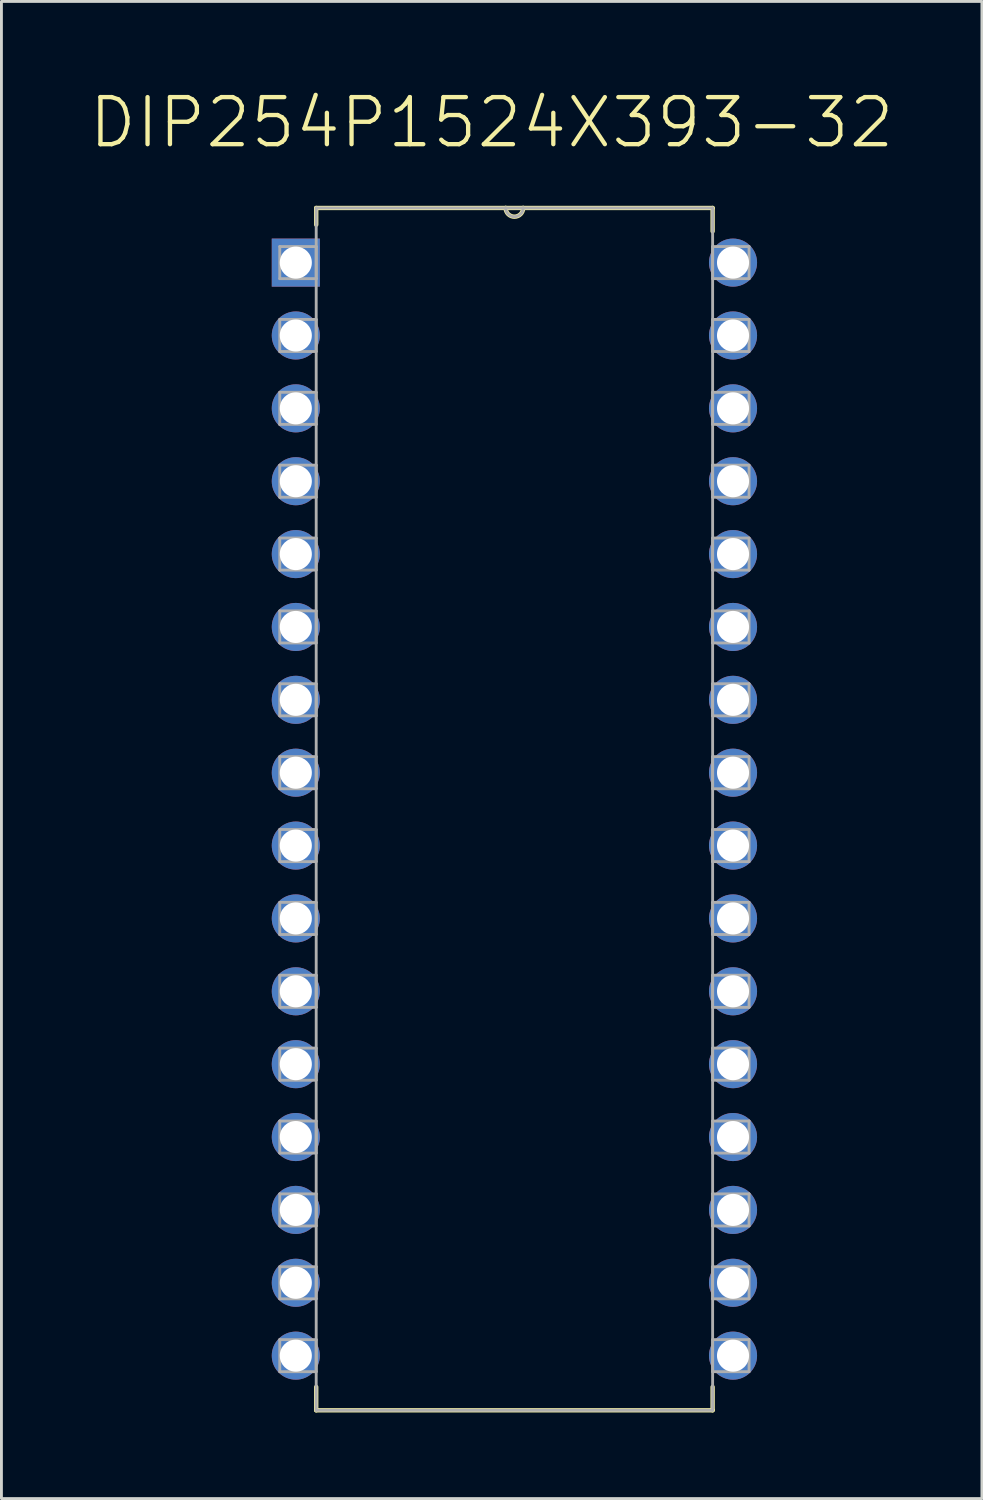
<source format=kicad_pcb>
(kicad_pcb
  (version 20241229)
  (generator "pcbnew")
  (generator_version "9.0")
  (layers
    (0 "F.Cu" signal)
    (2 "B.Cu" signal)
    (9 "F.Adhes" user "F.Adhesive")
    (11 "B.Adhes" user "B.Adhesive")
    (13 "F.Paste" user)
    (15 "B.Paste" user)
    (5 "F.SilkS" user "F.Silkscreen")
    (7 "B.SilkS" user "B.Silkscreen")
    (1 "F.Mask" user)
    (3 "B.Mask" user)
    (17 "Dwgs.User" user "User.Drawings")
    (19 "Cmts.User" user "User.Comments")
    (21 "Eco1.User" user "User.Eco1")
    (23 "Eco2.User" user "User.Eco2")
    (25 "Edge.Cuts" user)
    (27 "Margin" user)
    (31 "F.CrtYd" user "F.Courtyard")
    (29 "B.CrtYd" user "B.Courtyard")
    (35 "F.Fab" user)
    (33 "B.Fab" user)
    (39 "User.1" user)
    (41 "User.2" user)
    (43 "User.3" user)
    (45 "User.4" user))
  (footprint "DIP254P1524X393-32"
    (layer "F.Cu")
    (at 22.501 44.204)
    (property "Reference" "DIP254P1524X393-32" (at -8.413 -42.98 0) (layer "F.SilkS") (effects (font (size 1.641 1.641) (thickness 0.15))))
    (attr through_hole)
    (fp_line (start -14.529 -40.005) (end -14.529 -39.421) (stroke (width 0.152) (type solid)) (layer "F.SilkS"))
    (fp_line (start -14.529 1.092) (end -14.529 1.905) (stroke (width 0.152) (type solid)) (layer "F.SilkS"))
    (fp_line (start -14.529 1.905) (end -0.711 1.905) (stroke (width 0.152) (type solid)) (layer "F.SilkS"))
    (fp_line (start -7.925 -40.005) (end -14.529 -40.005) (stroke (width 0.152) (type solid)) (layer "F.SilkS"))
    (fp_line (start -7.315 -40.005) (end -7.925 -40.005) (stroke (width 0.152) (type solid)) (layer "F.SilkS"))
    (fp_line (start -0.711 -40.005) (end -7.315 -40.005) (stroke (width 0.152) (type solid)) (layer "F.SilkS"))
    (fp_line (start -0.711 -39.192) (end -0.711 -40.005) (stroke (width 0.152) (type solid)) (layer "F.SilkS"))
    (fp_line (start -0.711 1.905) (end -0.711 1.092) (stroke (width 0.152) (type solid)) (layer "F.SilkS"))
    (fp_arc (start -7.3152 -40.005) (mid -7.62 -39.7002) (end -7.9248 -40.005) (stroke (width 0.1524) (type solid)) (layer "F.SilkS"))
    (fp_line (start -15.799 -38.659) (end -15.799 -37.541) (stroke (width 0.1) (type solid)) (layer "F.Fab"))
    (fp_line (start -15.799 -37.541) (end -14.529 -37.541) (stroke (width 0.1) (type solid)) (layer "F.Fab"))
    (fp_line (start -15.799 -36.119) (end -15.799 -35.001) (stroke (width 0.1) (type solid)) (layer "F.Fab"))
    (fp_line (start -15.799 -35.001) (end -14.529 -35.001) (stroke (width 0.1) (type solid)) (layer "F.Fab"))
    (fp_line (start -15.799 -33.579) (end -15.799 -32.461) (stroke (width 0.1) (type solid)) (layer "F.Fab"))
    (fp_line (start -15.799 -32.461) (end -14.529 -32.461) (stroke (width 0.1) (type solid)) (layer "F.Fab"))
    (fp_line (start -15.799 -31.039) (end -15.799 -29.921) (stroke (width 0.1) (type solid)) (layer "F.Fab"))
    (fp_line (start -15.799 -29.921) (end -14.529 -29.921) (stroke (width 0.1) (type solid)) (layer "F.Fab"))
    (fp_line (start -15.799 -28.499) (end -15.799 -27.381) (stroke (width 0.1) (type solid)) (layer "F.Fab"))
    (fp_line (start -15.799 -27.381) (end -14.529 -27.381) (stroke (width 0.1) (type solid)) (layer "F.Fab"))
    (fp_line (start -15.799 -25.959) (end -15.799 -24.841) (stroke (width 0.1) (type solid)) (layer "F.Fab"))
    (fp_line (start -15.799 -24.841) (end -14.529 -24.841) (stroke (width 0.1) (type solid)) (layer "F.Fab"))
    (fp_line (start -15.799 -23.419) (end -15.799 -22.301) (stroke (width 0.1) (type solid)) (layer "F.Fab"))
    (fp_line (start -15.799 -22.301) (end -14.529 -22.301) (stroke (width 0.1) (type solid)) (layer "F.Fab"))
    (fp_line (start -15.799 -20.879) (end -15.799 -19.761) (stroke (width 0.1) (type solid)) (layer "F.Fab"))
    (fp_line (start -15.799 -19.761) (end -14.529 -19.761) (stroke (width 0.1) (type solid)) (layer "F.Fab"))
    (fp_line (start -15.799 -18.339) (end -15.799 -17.221) (stroke (width 0.1) (type solid)) (layer "F.Fab"))
    (fp_line (start -15.799 -17.221) (end -14.529 -17.221) (stroke (width 0.1) (type solid)) (layer "F.Fab"))
    (fp_line (start -15.799 -15.799) (end -15.799 -14.681) (stroke (width 0.1) (type solid)) (layer "F.Fab"))
    (fp_line (start -15.799 -14.681) (end -14.529 -14.681) (stroke (width 0.1) (type solid)) (layer "F.Fab"))
    (fp_line (start -15.799 -13.259) (end -15.799 -12.141) (stroke (width 0.1) (type solid)) (layer "F.Fab"))
    (fp_line (start -15.799 -12.141) (end -14.529 -12.141) (stroke (width 0.1) (type solid)) (layer "F.Fab"))
    (fp_line (start -15.799 -10.719) (end -15.799 -9.601) (stroke (width 0.1) (type solid)) (layer "F.Fab"))
    (fp_line (start -15.799 -9.601) (end -14.529 -9.601) (stroke (width 0.1) (type solid)) (layer "F.Fab"))
    (fp_line (start -15.799 -8.179) (end -15.799 -7.061) (stroke (width 0.1) (type solid)) (layer "F.Fab"))
    (fp_line (start -15.799 -7.061) (end -14.529 -7.061) (stroke (width 0.1) (type solid)) (layer "F.Fab"))
    (fp_line (start -15.799 -5.639) (end -15.799 -4.521) (stroke (width 0.1) (type solid)) (layer "F.Fab"))
    (fp_line (start -15.799 -4.521) (end -14.529 -4.521) (stroke (width 0.1) (type solid)) (layer "F.Fab"))
    (fp_line (start -15.799 -3.099) (end -15.799 -1.981) (stroke (width 0.1) (type solid)) (layer "F.Fab"))
    (fp_line (start -15.799 -1.981) (end -14.529 -1.981) (stroke (width 0.1) (type solid)) (layer "F.Fab"))
    (fp_line (start -15.799 -0.559) (end -15.799 0.559) (stroke (width 0.1) (type solid)) (layer "F.Fab"))
    (fp_line (start -15.799 0.559) (end -14.529 0.559) (stroke (width 0.1) (type solid)) (layer "F.Fab"))
    (fp_line (start -14.529 -40.005) (end -14.529 1.905) (stroke (width 0.1) (type solid)) (layer "F.Fab"))
    (fp_line (start -14.529 -38.659) (end -15.799 -38.659) (stroke (width 0.1) (type solid)) (layer "F.Fab"))
    (fp_line (start -14.529 -37.541) (end -14.529 -38.659) (stroke (width 0.1) (type solid)) (layer "F.Fab"))
    (fp_line (start -14.529 -36.119) (end -15.799 -36.119) (stroke (width 0.1) (type solid)) (layer "F.Fab"))
    (fp_line (start -14.529 -35.001) (end -14.529 -36.119) (stroke (width 0.1) (type solid)) (layer "F.Fab"))
    (fp_line (start -14.529 -33.579) (end -15.799 -33.579) (stroke (width 0.1) (type solid)) (layer "F.Fab"))
    (fp_line (start -14.529 -32.461) (end -14.529 -33.579) (stroke (width 0.1) (type solid)) (layer "F.Fab"))
    (fp_line (start -14.529 -31.039) (end -15.799 -31.039) (stroke (width 0.1) (type solid)) (layer "F.Fab"))
    (fp_line (start -14.529 -29.921) (end -14.529 -31.039) (stroke (width 0.1) (type solid)) (layer "F.Fab"))
    (fp_line (start -14.529 -28.499) (end -15.799 -28.499) (stroke (width 0.1) (type solid)) (layer "F.Fab"))
    (fp_line (start -14.529 -27.381) (end -14.529 -28.499) (stroke (width 0.1) (type solid)) (layer "F.Fab"))
    (fp_line (start -14.529 -25.959) (end -15.799 -25.959) (stroke (width 0.1) (type solid)) (layer "F.Fab"))
    (fp_line (start -14.529 -24.841) (end -14.529 -25.959) (stroke (width 0.1) (type solid)) (layer "F.Fab"))
    (fp_line (start -14.529 -23.419) (end -15.799 -23.419) (stroke (width 0.1) (type solid)) (layer "F.Fab"))
    (fp_line (start -14.529 -22.301) (end -14.529 -23.419) (stroke (width 0.1) (type solid)) (layer "F.Fab"))
    (fp_line (start -14.529 -20.879) (end -15.799 -20.879) (stroke (width 0.1) (type solid)) (layer "F.Fab"))
    (fp_line (start -14.529 -19.761) (end -14.529 -20.879) (stroke (width 0.1) (type solid)) (layer "F.Fab"))
    (fp_line (start -14.529 -18.339) (end -15.799 -18.339) (stroke (width 0.1) (type solid)) (layer "F.Fab"))
    (fp_line (start -14.529 -17.221) (end -14.529 -18.339) (stroke (width 0.1) (type solid)) (layer "F.Fab"))
    (fp_line (start -14.529 -15.799) (end -15.799 -15.799) (stroke (width 0.1) (type solid)) (layer "F.Fab"))
    (fp_line (start -14.529 -14.681) (end -14.529 -15.799) (stroke (width 0.1) (type solid)) (layer "F.Fab"))
    (fp_line (start -14.529 -13.259) (end -15.799 -13.259) (stroke (width 0.1) (type solid)) (layer "F.Fab"))
    (fp_line (start -14.529 -12.141) (end -14.529 -13.259) (stroke (width 0.1) (type solid)) (layer "F.Fab"))
    (fp_line (start -14.529 -10.719) (end -15.799 -10.719) (stroke (width 0.1) (type solid)) (layer "F.Fab"))
    (fp_line (start -14.529 -9.601) (end -14.529 -10.719) (stroke (width 0.1) (type solid)) (layer "F.Fab"))
    (fp_line (start -14.529 -8.179) (end -15.799 -8.179) (stroke (width 0.1) (type solid)) (layer "F.Fab"))
    (fp_line (start -14.529 -7.061) (end -14.529 -8.179) (stroke (width 0.1) (type solid)) (layer "F.Fab"))
    (fp_line (start -14.529 -5.639) (end -15.799 -5.639) (stroke (width 0.1) (type solid)) (layer "F.Fab"))
    (fp_line (start -14.529 -4.521) (end -14.529 -5.639) (stroke (width 0.1) (type solid)) (layer "F.Fab"))
    (fp_line (start -14.529 -3.099) (end -15.799 -3.099) (stroke (width 0.1) (type solid)) (layer "F.Fab"))
    (fp_line (start -14.529 -1.981) (end -14.529 -3.099) (stroke (width 0.1) (type solid)) (layer "F.Fab"))
    (fp_line (start -14.529 -0.559) (end -15.799 -0.559) (stroke (width 0.1) (type solid)) (layer "F.Fab"))
    (fp_line (start -14.529 0.559) (end -14.529 -0.559) (stroke (width 0.1) (type solid)) (layer "F.Fab"))
    (fp_line (start -14.529 1.905) (end -0.711 1.905) (stroke (width 0.1) (type solid)) (layer "F.Fab"))
    (fp_line (start -7.925 -40.005) (end -14.529 -40.005) (stroke (width 0.1) (type solid)) (layer "F.Fab"))
    (fp_line (start -7.315 -40.005) (end -7.925 -40.005) (stroke (width 0.1) (type solid)) (layer "F.Fab"))
    (fp_line (start -0.711 -40.005) (end -7.315 -40.005) (stroke (width 0.1) (type solid)) (layer "F.Fab"))
    (fp_line (start -0.711 -38.659) (end -0.711 -37.541) (stroke (width 0.1) (type solid)) (layer "F.Fab"))
    (fp_line (start -0.711 -37.541) (end 0.559 -37.541) (stroke (width 0.1) (type solid)) (layer "F.Fab"))
    (fp_line (start -0.711 -36.119) (end -0.711 -35.001) (stroke (width 0.1) (type solid)) (layer "F.Fab"))
    (fp_line (start -0.711 -35.001) (end 0.559 -35.001) (stroke (width 0.1) (type solid)) (layer "F.Fab"))
    (fp_line (start -0.711 -33.579) (end -0.711 -32.461) (stroke (width 0.1) (type solid)) (layer "F.Fab"))
    (fp_line (start -0.711 -32.461) (end 0.559 -32.461) (stroke (width 0.1) (type solid)) (layer "F.Fab"))
    (fp_line (start -0.711 -31.039) (end -0.711 -29.921) (stroke (width 0.1) (type solid)) (layer "F.Fab"))
    (fp_line (start -0.711 -29.921) (end 0.559 -29.921) (stroke (width 0.1) (type solid)) (layer "F.Fab"))
    (fp_line (start -0.711 -28.499) (end -0.711 -27.381) (stroke (width 0.1) (type solid)) (layer "F.Fab"))
    (fp_line (start -0.711 -27.381) (end 0.559 -27.381) (stroke (width 0.1) (type solid)) (layer "F.Fab"))
    (fp_line (start -0.711 -25.959) (end -0.711 -24.841) (stroke (width 0.1) (type solid)) (layer "F.Fab"))
    (fp_line (start -0.711 -24.841) (end 0.559 -24.841) (stroke (width 0.1) (type solid)) (layer "F.Fab"))
    (fp_line (start -0.711 -23.419) (end -0.711 -22.301) (stroke (width 0.1) (type solid)) (layer "F.Fab"))
    (fp_line (start -0.711 -22.301) (end 0.559 -22.301) (stroke (width 0.1) (type solid)) (layer "F.Fab"))
    (fp_line (start -0.711 -20.879) (end -0.711 -19.761) (stroke (width 0.1) (type solid)) (layer "F.Fab"))
    (fp_line (start -0.711 -19.761) (end 0.559 -19.761) (stroke (width 0.1) (type solid)) (layer "F.Fab"))
    (fp_line (start -0.711 -18.339) (end -0.711 -17.221) (stroke (width 0.1) (type solid)) (layer "F.Fab"))
    (fp_line (start -0.711 -17.221) (end 0.559 -17.221) (stroke (width 0.1) (type solid)) (layer "F.Fab"))
    (fp_line (start -0.711 -15.799) (end -0.711 -14.681) (stroke (width 0.1) (type solid)) (layer "F.Fab"))
    (fp_line (start -0.711 -14.681) (end 0.559 -14.681) (stroke (width 0.1) (type solid)) (layer "F.Fab"))
    (fp_line (start -0.711 -13.259) (end -0.711 -12.141) (stroke (width 0.1) (type solid)) (layer "F.Fab"))
    (fp_line (start -0.711 -12.141) (end 0.559 -12.141) (stroke (width 0.1) (type solid)) (layer "F.Fab"))
    (fp_line (start -0.711 -10.719) (end -0.711 -9.601) (stroke (width 0.1) (type solid)) (layer "F.Fab"))
    (fp_line (start -0.711 -9.601) (end 0.559 -9.601) (stroke (width 0.1) (type solid)) (layer "F.Fab"))
    (fp_line (start -0.711 -8.179) (end -0.711 -7.061) (stroke (width 0.1) (type solid)) (layer "F.Fab"))
    (fp_line (start -0.711 -7.061) (end 0.559 -7.061) (stroke (width 0.1) (type solid)) (layer "F.Fab"))
    (fp_line (start -0.711 -5.639) (end -0.711 -4.521) (stroke (width 0.1) (type solid)) (layer "F.Fab"))
    (fp_line (start -0.711 -4.521) (end 0.559 -4.521) (stroke (width 0.1) (type solid)) (layer "F.Fab"))
    (fp_line (start -0.711 -3.099) (end -0.711 -1.981) (stroke (width 0.1) (type solid)) (layer "F.Fab"))
    (fp_line (start -0.711 -1.981) (end 0.559 -1.981) (stroke (width 0.1) (type solid)) (layer "F.Fab"))
    (fp_line (start -0.711 -0.559) (end -0.711 0.559) (stroke (width 0.1) (type solid)) (layer "F.Fab"))
    (fp_line (start -0.711 0.559) (end 0.559 0.559) (stroke (width 0.1) (type solid)) (layer "F.Fab"))
    (fp_line (start -0.711 1.905) (end -0.711 -40.005) (stroke (width 0.1) (type solid)) (layer "F.Fab"))
    (fp_line (start 0.559 -38.659) (end -0.711 -38.659) (stroke (width 0.1) (type solid)) (layer "F.Fab"))
    (fp_line (start 0.559 -37.541) (end 0.559 -38.659) (stroke (width 0.1) (type solid)) (layer "F.Fab"))
    (fp_line (start 0.559 -36.119) (end -0.711 -36.119) (stroke (width 0.1) (type solid)) (layer "F.Fab"))
    (fp_line (start 0.559 -35.001) (end 0.559 -36.119) (stroke (width 0.1) (type solid)) (layer "F.Fab"))
    (fp_line (start 0.559 -33.579) (end -0.711 -33.579) (stroke (width 0.1) (type solid)) (layer "F.Fab"))
    (fp_line (start 0.559 -32.461) (end 0.559 -33.579) (stroke (width 0.1) (type solid)) (layer "F.Fab"))
    (fp_line (start 0.559 -31.039) (end -0.711 -31.039) (stroke (width 0.1) (type solid)) (layer "F.Fab"))
    (fp_line (start 0.559 -29.921) (end 0.559 -31.039) (stroke (width 0.1) (type solid)) (layer "F.Fab"))
    (fp_line (start 0.559 -28.499) (end -0.711 -28.499) (stroke (width 0.1) (type solid)) (layer "F.Fab"))
    (fp_line (start 0.559 -27.381) (end 0.559 -28.499) (stroke (width 0.1) (type solid)) (layer "F.Fab"))
    (fp_line (start 0.559 -25.959) (end -0.711 -25.959) (stroke (width 0.1) (type solid)) (layer "F.Fab"))
    (fp_line (start 0.559 -24.841) (end 0.559 -25.959) (stroke (width 0.1) (type solid)) (layer "F.Fab"))
    (fp_line (start 0.559 -23.419) (end -0.711 -23.419) (stroke (width 0.1) (type solid)) (layer "F.Fab"))
    (fp_line (start 0.559 -22.301) (end 0.559 -23.419) (stroke (width 0.1) (type solid)) (layer "F.Fab"))
    (fp_line (start 0.559 -20.879) (end -0.711 -20.879) (stroke (width 0.1) (type solid)) (layer "F.Fab"))
    (fp_line (start 0.559 -19.761) (end 0.559 -20.879) (stroke (width 0.1) (type solid)) (layer "F.Fab"))
    (fp_line (start 0.559 -18.339) (end -0.711 -18.339) (stroke (width 0.1) (type solid)) (layer "F.Fab"))
    (fp_line (start 0.559 -17.221) (end 0.559 -18.339) (stroke (width 0.1) (type solid)) (layer "F.Fab"))
    (fp_line (start 0.559 -15.799) (end -0.711 -15.799) (stroke (width 0.1) (type solid)) (layer "F.Fab"))
    (fp_line (start 0.559 -14.681) (end 0.559 -15.799) (stroke (width 0.1) (type solid)) (layer "F.Fab"))
    (fp_line (start 0.559 -13.259) (end -0.711 -13.259) (stroke (width 0.1) (type solid)) (layer "F.Fab"))
    (fp_line (start 0.559 -12.141) (end 0.559 -13.259) (stroke (width 0.1) (type solid)) (layer "F.Fab"))
    (fp_line (start 0.559 -10.719) (end -0.711 -10.719) (stroke (width 0.1) (type solid)) (layer "F.Fab"))
    (fp_line (start 0.559 -9.601) (end 0.559 -10.719) (stroke (width 0.1) (type solid)) (layer "F.Fab"))
    (fp_line (start 0.559 -8.179) (end -0.711 -8.179) (stroke (width 0.1) (type solid)) (layer "F.Fab"))
    (fp_line (start 0.559 -7.061) (end 0.559 -8.179) (stroke (width 0.1) (type solid)) (layer "F.Fab"))
    (fp_line (start 0.559 -5.639) (end -0.711 -5.639) (stroke (width 0.1) (type solid)) (layer "F.Fab"))
    (fp_line (start 0.559 -4.521) (end 0.559 -5.639) (stroke (width 0.1) (type solid)) (layer "F.Fab"))
    (fp_line (start 0.559 -3.099) (end -0.711 -3.099) (stroke (width 0.1) (type solid)) (layer "F.Fab"))
    (fp_line (start 0.559 -1.981) (end 0.559 -3.099) (stroke (width 0.1) (type solid)) (layer "F.Fab"))
    (fp_line (start 0.559 -0.559) (end -0.711 -0.559) (stroke (width 0.1) (type solid)) (layer "F.Fab"))
    (fp_line (start 0.559 0.559) (end 0.559 -0.559) (stroke (width 0.1) (type solid)) (layer "F.Fab"))
    (fp_arc (start -7.3152 -40.005) (mid -7.62 -39.7002) (end -7.9248 -40.005) (stroke (width 0.1) (type solid)) (layer "F.Fab"))
    (pad "1" thru_hole rect (at -15.24 -38.1) (size 1.676 1.676) (drill 1.118) (layers "*.Cu" "*.Mask"))
    (pad "2" thru_hole circle (at -15.24 -35.56) (size 1.676 1.676) (drill 1.118) (layers "*.Cu" "*.Mask"))
    (pad "3" thru_hole circle (at -15.24 -33.02) (size 1.676 1.676) (drill 1.118) (layers "*.Cu" "*.Mask"))
    (pad "4" thru_hole circle (at -15.24 -30.48) (size 1.676 1.676) (drill 1.118) (layers "*.Cu" "*.Mask"))
    (pad "5" thru_hole circle (at -15.24 -27.94) (size 1.676 1.676) (drill 1.118) (layers "*.Cu" "*.Mask"))
    (pad "6" thru_hole circle (at -15.24 -25.4) (size 1.676 1.676) (drill 1.118) (layers "*.Cu" "*.Mask"))
    (pad "7" thru_hole circle (at -15.24 -22.86) (size 1.676 1.676) (drill 1.118) (layers "*.Cu" "*.Mask"))
    (pad "8" thru_hole circle (at -15.24 -20.32) (size 1.676 1.676) (drill 1.118) (layers "*.Cu" "*.Mask"))
    (pad "9" thru_hole circle (at -15.24 -17.78) (size 1.676 1.676) (drill 1.118) (layers "*.Cu" "*.Mask"))
    (pad "10" thru_hole circle (at -15.24 -15.24) (size 1.676 1.676) (drill 1.118) (layers "*.Cu" "*.Mask"))
    (pad "11" thru_hole circle (at -15.24 -12.7) (size 1.676 1.676) (drill 1.118) (layers "*.Cu" "*.Mask"))
    (pad "12" thru_hole circle (at -15.24 -10.16) (size 1.676 1.676) (drill 1.118) (layers "*.Cu" "*.Mask"))
    (pad "13" thru_hole circle (at -15.24 -7.62) (size 1.676 1.676) (drill 1.118) (layers "*.Cu" "*.Mask"))
    (pad "14" thru_hole circle (at -15.24 -5.08) (size 1.676 1.676) (drill 1.118) (layers "*.Cu" "*.Mask"))
    (pad "15" thru_hole circle (at -15.24 -2.54) (size 1.676 1.676) (drill 1.118) (layers "*.Cu" "*.Mask"))
    (pad "16" thru_hole circle (at -15.24 0) (size 1.676 1.676) (drill 1.118) (layers "*.Cu" "*.Mask"))
    (pad "17" thru_hole circle (at 0 0) (size 1.676 1.676) (drill 1.118) (layers "*.Cu" "*.Mask"))
    (pad "18" thru_hole circle (at 0 -2.54) (size 1.676 1.676) (drill 1.118) (layers "*.Cu" "*.Mask"))
    (pad "19" thru_hole circle (at 0 -5.08) (size 1.676 1.676) (drill 1.118) (layers "*.Cu" "*.Mask"))
    (pad "20" thru_hole circle (at 0 -7.62) (size 1.676 1.676) (drill 1.118) (layers "*.Cu" "*.Mask"))
    (pad "21" thru_hole circle (at 0 -10.16) (size 1.676 1.676) (drill 1.118) (layers "*.Cu" "*.Mask"))
    (pad "22" thru_hole circle (at 0 -12.7) (size 1.676 1.676) (drill 1.118) (layers "*.Cu" "*.Mask"))
    (pad "23" thru_hole circle (at 0 -15.24) (size 1.676 1.676) (drill 1.118) (layers "*.Cu" "*.Mask"))
    (pad "24" thru_hole circle (at 0 -17.78) (size 1.676 1.676) (drill 1.118) (layers "*.Cu" "*.Mask"))
    (pad "25" thru_hole circle (at 0 -20.32) (size 1.676 1.676) (drill 1.118) (layers "*.Cu" "*.Mask"))
    (pad "26" thru_hole circle (at 0 -22.86) (size 1.676 1.676) (drill 1.118) (layers "*.Cu" "*.Mask"))
    (pad "27" thru_hole circle (at 0 -25.4) (size 1.676 1.676) (drill 1.118) (layers "*.Cu" "*.Mask"))
    (pad "28" thru_hole circle (at 0 -27.94) (size 1.676 1.676) (drill 1.118) (layers "*.Cu" "*.Mask"))
    (pad "29" thru_hole circle (at 0 -30.48) (size 1.676 1.676) (drill 1.118) (layers "*.Cu" "*.Mask"))
    (pad "30" thru_hole circle (at 0 -33.02) (size 1.676 1.676) (drill 1.118) (layers "*.Cu" "*.Mask"))
    (pad "31" thru_hole circle (at 0 -35.56) (size 1.676 1.676) (drill 1.118) (layers "*.Cu" "*.Mask"))
    (pad "32" thru_hole circle (at 0 -38.1) (size 1.676 1.676) (drill 1.118) (layers "*.Cu" "*.Mask")))
  (gr_rect
    (start -3 -3)
    (end 31.177 49.185)
    (stroke (width 0.1) (type default))
    (fill no)
    (layer "Edge.Cuts")))
</source>
